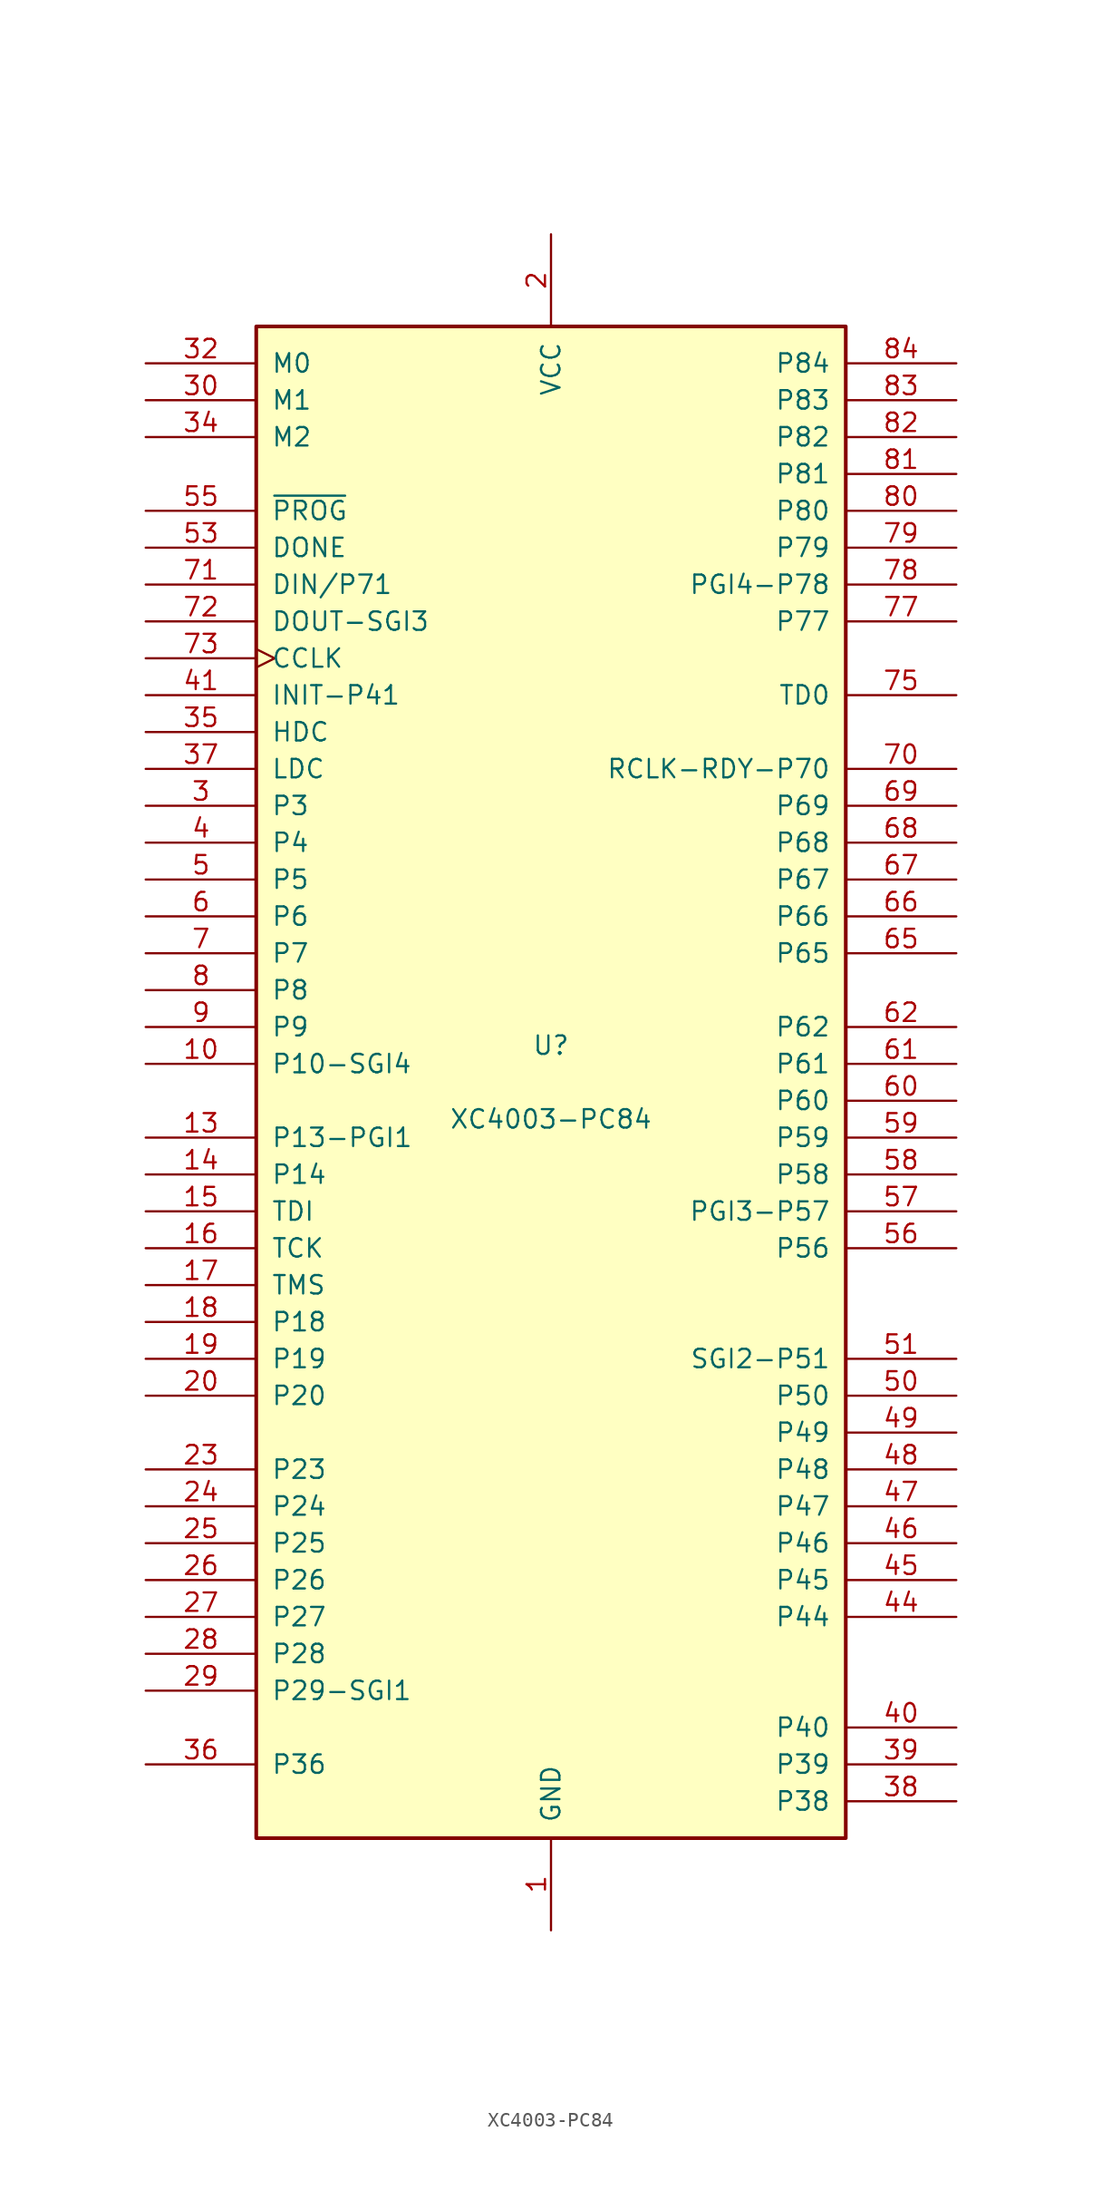
<source format=kicad_sym>
(kicad_symbol_lib
  (version 20241209)
  (generator "kicad_symbol_editor")
  (generator_version "9.0")
  (symbol "XC4003-PC84"
    (pin_names
      (offset 1.016))
    (property "Reference" "U"
      (at 0 2.54 0)
      (effects (font (size 1.27 1.27))))
    (property "Value" "XC4003-PC84"
      (at 0 -2.54 0)
      (effects (font (size 1.27 1.27))))
    (symbol "XC4003-PC84_0_1"
      (rectangle (start -20.32 -52.07) (end 20.32 52.07) (stroke (width 0.254) (type default)) (fill (type background))))
    (symbol "XC4003-PC84_1_1"
      (pin input line (at -27.94 49.53 0) (length 7.62) (name "M0" (effects (font (size 1.27 1.27)))) (number "32" (effects (font (size 1.27 1.27)))))
      (pin input line (at -27.94 46.99 0) (length 7.62) (name "M1" (effects (font (size 1.27 1.27)))) (number "30" (effects (font (size 1.27 1.27)))))
      (pin input line (at -27.94 44.45 0) (length 7.62) (name "M2" (effects (font (size 1.27 1.27)))) (number "34" (effects (font (size 1.27 1.27)))))
      (pin input line (at -27.94 39.37 0) (length 7.62) (name "~{PROG}" (effects (font (size 1.27 1.27)))) (number "55" (effects (font (size 1.27 1.27)))))
      (pin bidirectional line (at -27.94 36.83 0) (length 7.62) (name "DONE" (effects (font (size 1.27 1.27)))) (number "53" (effects (font (size 1.27 1.27)))))
      (pin input line (at -27.94 34.29 0) (length 7.62) (name "DIN/P71" (effects (font (size 1.27 1.27)))) (number "71" (effects (font (size 1.27 1.27)))))
      (pin passive line (at -27.94 31.75 0) (length 7.62) (name "DOUT-SGI3" (effects (font (size 1.27 1.27)))) (number "72" (effects (font (size 1.27 1.27)))))
      (pin passive clock (at -27.94 29.21 0) (length 7.62) (name "CCLK" (effects (font (size 1.27 1.27)))) (number "73" (effects (font (size 1.27 1.27)))))
      (pin bidirectional line (at -27.94 26.67 0) (length 7.62) (name "INIT-P41" (effects (font (size 1.27 1.27)))) (number "41" (effects (font (size 1.27 1.27)))))
      (pin passive line (at -27.94 24.13 0) (length 7.62) (name "HDC" (effects (font (size 1.27 1.27)))) (number "35" (effects (font (size 1.27 1.27)))))
      (pin passive line (at -27.94 21.59 0) (length 7.62) (name "LDC" (effects (font (size 1.27 1.27)))) (number "37" (effects (font (size 1.27 1.27)))))
      (pin passive line (at -27.94 19.05 0) (length 7.62) (name "P3" (effects (font (size 1.27 1.27)))) (number "3" (effects (font (size 1.27 1.27)))))
      (pin passive line (at -27.94 16.51 0) (length 7.62) (name "P4" (effects (font (size 1.27 1.27)))) (number "4" (effects (font (size 1.27 1.27)))))
      (pin passive line (at -27.94 13.97 0) (length 7.62) (name "P5" (effects (font (size 1.27 1.27)))) (number "5" (effects (font (size 1.27 1.27)))))
      (pin passive line (at -27.94 11.43 0) (length 7.62) (name "P6" (effects (font (size 1.27 1.27)))) (number "6" (effects (font (size 1.27 1.27)))))
      (pin passive line (at -27.94 8.89 0) (length 7.62) (name "P7" (effects (font (size 1.27 1.27)))) (number "7" (effects (font (size 1.27 1.27)))))
      (pin passive line (at -27.94 6.35 0) (length 7.62) (name "P8" (effects (font (size 1.27 1.27)))) (number "8" (effects (font (size 1.27 1.27)))))
      (pin passive line (at -27.94 3.81 0) (length 7.62) (name "P9" (effects (font (size 1.27 1.27)))) (number "9" (effects (font (size 1.27 1.27)))))
      (pin passive line (at -27.94 1.27 0) (length 7.62) (name "P10-SGI4" (effects (font (size 1.27 1.27)))) (number "10" (effects (font (size 1.27 1.27)))))
      (pin passive line (at -27.94 -3.81 0) (length 7.62) (name "P13-PGI1" (effects (font (size 1.27 1.27)))) (number "13" (effects (font (size 1.27 1.27)))))
      (pin passive line (at -27.94 -6.35 0) (length 7.62) (name "P14" (effects (font (size 1.27 1.27)))) (number "14" (effects (font (size 1.27 1.27)))))
      (pin passive line (at -27.94 -8.89 0) (length 7.62) (name "TDI" (effects (font (size 1.27 1.27)))) (number "15" (effects (font (size 1.27 1.27)))))
      (pin passive line (at -27.94 -11.43 0) (length 7.62) (name "TCK" (effects (font (size 1.27 1.27)))) (number "16" (effects (font (size 1.27 1.27)))))
      (pin passive line (at -27.94 -13.97 0) (length 7.62) (name "TMS" (effects (font (size 1.27 1.27)))) (number "17" (effects (font (size 1.27 1.27)))))
      (pin passive line (at -27.94 -16.51 0) (length 7.62) (name "P18" (effects (font (size 1.27 1.27)))) (number "18" (effects (font (size 1.27 1.27)))))
      (pin passive line (at -27.94 -19.05 0) (length 7.62) (name "P19" (effects (font (size 1.27 1.27)))) (number "19" (effects (font (size 1.27 1.27)))))
      (pin passive line (at -27.94 -21.59 0) (length 7.62) (name "P20" (effects (font (size 1.27 1.27)))) (number "20" (effects (font (size 1.27 1.27)))))
      (pin passive line (at -27.94 -26.67 0) (length 7.62) (name "P23" (effects (font (size 1.27 1.27)))) (number "23" (effects (font (size 1.27 1.27)))))
      (pin passive line (at -27.94 -29.21 0) (length 7.62) (name "P24" (effects (font (size 1.27 1.27)))) (number "24" (effects (font (size 1.27 1.27)))))
      (pin passive line (at -27.94 -31.75 0) (length 7.62) (name "P25" (effects (font (size 1.27 1.27)))) (number "25" (effects (font (size 1.27 1.27)))))
      (pin passive line (at -27.94 -34.29 0) (length 7.62) (name "P26" (effects (font (size 1.27 1.27)))) (number "26" (effects (font (size 1.27 1.27)))))
      (pin passive line (at -27.94 -36.83 0) (length 7.62) (name "P27" (effects (font (size 1.27 1.27)))) (number "27" (effects (font (size 1.27 1.27)))))
      (pin passive line (at -27.94 -39.37 0) (length 7.62) (name "P28" (effects (font (size 1.27 1.27)))) (number "28" (effects (font (size 1.27 1.27)))))
      (pin passive line (at -27.94 -41.91 0) (length 7.62) (name "P29-SGI1" (effects (font (size 1.27 1.27)))) (number "29" (effects (font (size 1.27 1.27)))))
      (pin bidirectional line (at -27.94 -46.99 0) (length 7.62) (name "P36" (effects (font (size 1.27 1.27)))) (number "36" (effects (font (size 1.27 1.27)))))
      (pin passive line (at 0 58.42 270) (length 6.35) (hide yes) (name "VCC" (effects (font (size 1.27 1.27)))) (number "11" (effects (font (size 1.27 1.27)))))
      (pin power_in line (at 0 58.42 270) (length 6.35) (name "VCC" (effects (font (size 1.27 1.27)))) (number "2" (effects (font (size 1.27 1.27)))))
      (pin passive line (at 0 58.42 270) (length 6.35) (hide yes) (name "VCC" (effects (font (size 1.27 1.27)))) (number "33" (effects (font (size 1.27 1.27)))))
      (pin passive line (at 0 58.42 270) (length 6.35) (hide yes) (name "VCC" (effects (font (size 1.27 1.27)))) (number "42" (effects (font (size 1.27 1.27)))))
      (pin passive line (at 0 58.42 270) (length 6.35) (hide yes) (name "VCC" (effects (font (size 1.27 1.27)))) (number "54" (effects (font (size 1.27 1.27)))))
      (pin passive line (at 0 58.42 270) (length 6.35) (hide yes) (name "VCC" (effects (font (size 1.27 1.27)))) (number "74" (effects (font (size 1.27 1.27)))))
      (pin power_in line (at 0 -58.42 90) (length 6.35) (name "GND" (effects (font (size 1.27 1.27)))) (number "1" (effects (font (size 1.27 1.27)))))
      (pin passive line (at 0 -58.42 90) (length 6.35) (hide yes) (name "GND" (effects (font (size 1.27 1.27)))) (number "12" (effects (font (size 1.27 1.27)))))
      (pin passive line (at 0 -58.42 90) (length 6.35) (hide yes) (name "GND" (effects (font (size 1.27 1.27)))) (number "21" (effects (font (size 1.27 1.27)))))
      (pin passive line (at 0 -58.42 90) (length 6.35) (hide yes) (name "GND" (effects (font (size 1.27 1.27)))) (number "31" (effects (font (size 1.27 1.27)))))
      (pin passive line (at 0 -58.42 90) (length 6.35) (hide yes) (name "GND" (effects (font (size 1.27 1.27)))) (number "43" (effects (font (size 1.27 1.27)))))
      (pin passive line (at 0 -58.42 90) (length 6.35) (hide yes) (name "GND" (effects (font (size 1.27 1.27)))) (number "52" (effects (font (size 1.27 1.27)))))
      (pin passive line (at 0 -58.42 90) (length 6.35) (hide yes) (name "GND" (effects (font (size 1.27 1.27)))) (number "64" (effects (font (size 1.27 1.27)))))
      (pin passive line (at 0 -58.42 90) (length 6.35) (hide yes) (name "GND" (effects (font (size 1.27 1.27)))) (number "76" (effects (font (size 1.27 1.27)))))
      (pin passive line (at 27.94 49.53 180) (length 7.62) (name "P84" (effects (font (size 1.27 1.27)))) (number "84" (effects (font (size 1.27 1.27)))))
      (pin passive line (at 27.94 46.99 180) (length 7.62) (name "P83" (effects (font (size 1.27 1.27)))) (number "83" (effects (font (size 1.27 1.27)))))
      (pin passive line (at 27.94 44.45 180) (length 7.62) (name "P82" (effects (font (size 1.27 1.27)))) (number "82" (effects (font (size 1.27 1.27)))))
      (pin passive line (at 27.94 41.91 180) (length 7.62) (name "P81" (effects (font (size 1.27 1.27)))) (number "81" (effects (font (size 1.27 1.27)))))
      (pin passive line (at 27.94 39.37 180) (length 7.62) (name "P80" (effects (font (size 1.27 1.27)))) (number "80" (effects (font (size 1.27 1.27)))))
      (pin passive line (at 27.94 36.83 180) (length 7.62) (name "P79" (effects (font (size 1.27 1.27)))) (number "79" (effects (font (size 1.27 1.27)))))
      (pin passive line (at 27.94 34.29 180) (length 7.62) (name "PGI4-P78" (effects (font (size 1.27 1.27)))) (number "78" (effects (font (size 1.27 1.27)))))
      (pin passive line (at 27.94 31.75 180) (length 7.62) (name "P77" (effects (font (size 1.27 1.27)))) (number "77" (effects (font (size 1.27 1.27)))))
      (pin passive line (at 27.94 26.67 180) (length 7.62) (name "TD0" (effects (font (size 1.27 1.27)))) (number "75" (effects (font (size 1.27 1.27)))))
      (pin passive line (at 27.94 21.59 180) (length 7.62) (name "RCLK-RDY-P70" (effects (font (size 1.27 1.27)))) (number "70" (effects (font (size 1.27 1.27)))))
      (pin passive line (at 27.94 19.05 180) (length 7.62) (name "P69" (effects (font (size 1.27 1.27)))) (number "69" (effects (font (size 1.27 1.27)))))
      (pin passive line (at 27.94 16.51 180) (length 7.62) (name "P68" (effects (font (size 1.27 1.27)))) (number "68" (effects (font (size 1.27 1.27)))))
      (pin passive line (at 27.94 13.97 180) (length 7.62) (name "P67" (effects (font (size 1.27 1.27)))) (number "67" (effects (font (size 1.27 1.27)))))
      (pin passive line (at 27.94 11.43 180) (length 7.62) (name "P66" (effects (font (size 1.27 1.27)))) (number "66" (effects (font (size 1.27 1.27)))))
      (pin passive line (at 27.94 8.89 180) (length 7.62) (name "P65" (effects (font (size 1.27 1.27)))) (number "65" (effects (font (size 1.27 1.27)))))
      (pin passive line (at 27.94 3.81 180) (length 7.62) (name "P62" (effects (font (size 1.27 1.27)))) (number "62" (effects (font (size 1.27 1.27)))))
      (pin passive line (at 27.94 1.27 180) (length 7.62) (name "P61" (effects (font (size 1.27 1.27)))) (number "61" (effects (font (size 1.27 1.27)))))
      (pin passive line (at 27.94 -1.27 180) (length 7.62) (name "P60" (effects (font (size 1.27 1.27)))) (number "60" (effects (font (size 1.27 1.27)))))
      (pin passive line (at 27.94 -3.81 180) (length 7.62) (name "P59" (effects (font (size 1.27 1.27)))) (number "59" (effects (font (size 1.27 1.27)))))
      (pin passive line (at 27.94 -6.35 180) (length 7.62) (name "P58" (effects (font (size 1.27 1.27)))) (number "58" (effects (font (size 1.27 1.27)))))
      (pin passive line (at 27.94 -8.89 180) (length 7.62) (name "PGI3-P57" (effects (font (size 1.27 1.27)))) (number "57" (effects (font (size 1.27 1.27)))))
      (pin passive line (at 27.94 -11.43 180) (length 7.62) (name "P56" (effects (font (size 1.27 1.27)))) (number "56" (effects (font (size 1.27 1.27)))))
      (pin passive line (at 27.94 -19.05 180) (length 7.62) (name "SGI2-P51" (effects (font (size 1.27 1.27)))) (number "51" (effects (font (size 1.27 1.27)))))
      (pin passive line (at 27.94 -21.59 180) (length 7.62) (name "P50" (effects (font (size 1.27 1.27)))) (number "50" (effects (font (size 1.27 1.27)))))
      (pin passive line (at 27.94 -24.13 180) (length 7.62) (name "P49" (effects (font (size 1.27 1.27)))) (number "49" (effects (font (size 1.27 1.27)))))
      (pin passive line (at 27.94 -26.67 180) (length 7.62) (name "P48" (effects (font (size 1.27 1.27)))) (number "48" (effects (font (size 1.27 1.27)))))
      (pin passive line (at 27.94 -29.21 180) (length 7.62) (name "P47" (effects (font (size 1.27 1.27)))) (number "47" (effects (font (size 1.27 1.27)))))
      (pin passive line (at 27.94 -31.75 180) (length 7.62) (name "P46" (effects (font (size 1.27 1.27)))) (number "46" (effects (font (size 1.27 1.27)))))
      (pin passive line (at 27.94 -34.29 180) (length 7.62) (name "P45" (effects (font (size 1.27 1.27)))) (number "45" (effects (font (size 1.27 1.27)))))
      (pin passive line (at 27.94 -36.83 180) (length 7.62) (name "P44" (effects (font (size 1.27 1.27)))) (number "44" (effects (font (size 1.27 1.27)))))
      (pin passive line (at 27.94 -44.45 180) (length 7.62) (name "P40" (effects (font (size 1.27 1.27)))) (number "40" (effects (font (size 1.27 1.27)))))
      (pin passive line (at 27.94 -46.99 180) (length 7.62) (name "P39" (effects (font (size 1.27 1.27)))) (number "39" (effects (font (size 1.27 1.27)))))
      (pin passive line (at 27.94 -49.53 180) (length 7.62) (name "P38" (effects (font (size 1.27 1.27)))) (number "38" (effects (font (size 1.27 1.27))))))))
</source>
